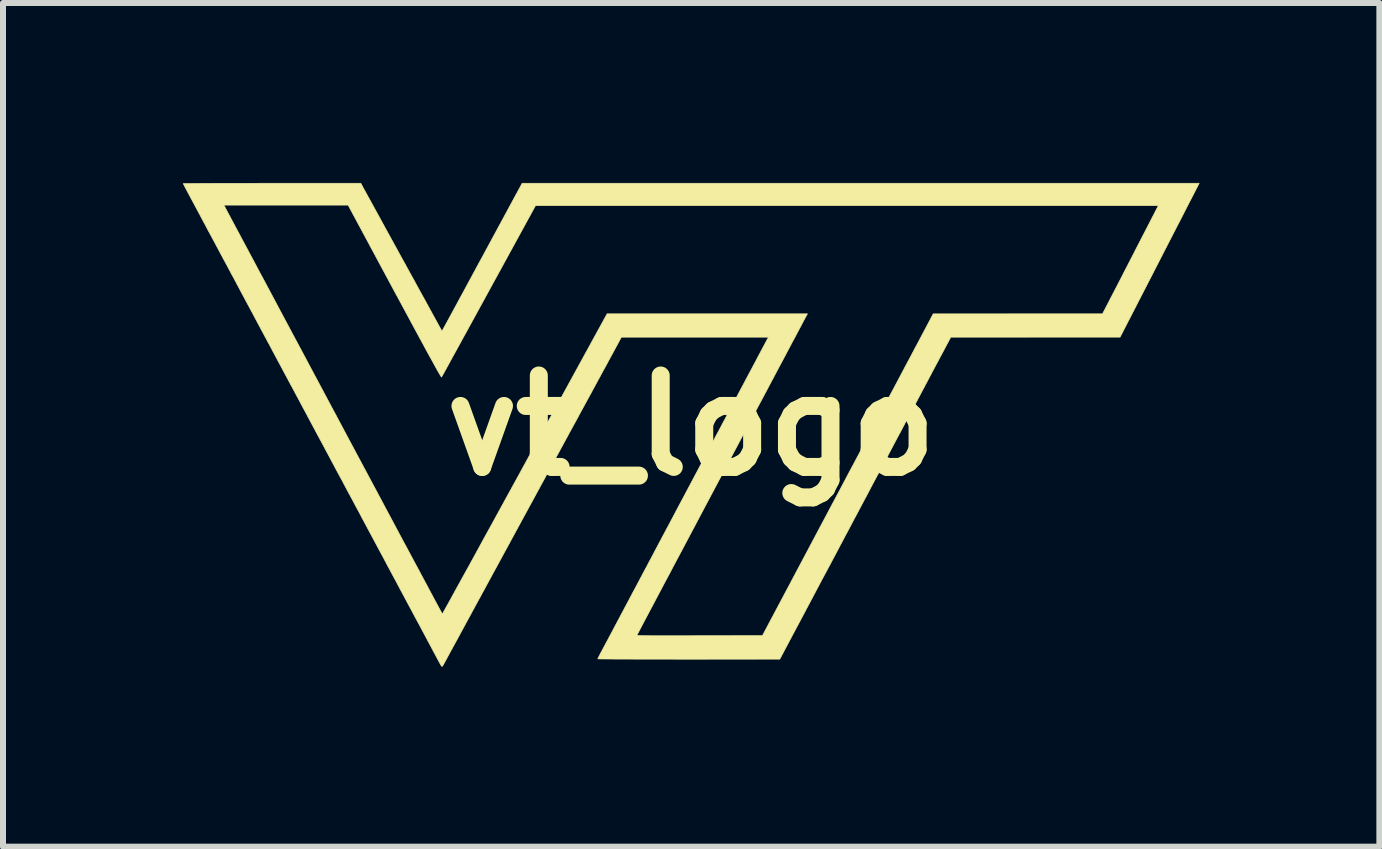
<source format=kicad_pcb>
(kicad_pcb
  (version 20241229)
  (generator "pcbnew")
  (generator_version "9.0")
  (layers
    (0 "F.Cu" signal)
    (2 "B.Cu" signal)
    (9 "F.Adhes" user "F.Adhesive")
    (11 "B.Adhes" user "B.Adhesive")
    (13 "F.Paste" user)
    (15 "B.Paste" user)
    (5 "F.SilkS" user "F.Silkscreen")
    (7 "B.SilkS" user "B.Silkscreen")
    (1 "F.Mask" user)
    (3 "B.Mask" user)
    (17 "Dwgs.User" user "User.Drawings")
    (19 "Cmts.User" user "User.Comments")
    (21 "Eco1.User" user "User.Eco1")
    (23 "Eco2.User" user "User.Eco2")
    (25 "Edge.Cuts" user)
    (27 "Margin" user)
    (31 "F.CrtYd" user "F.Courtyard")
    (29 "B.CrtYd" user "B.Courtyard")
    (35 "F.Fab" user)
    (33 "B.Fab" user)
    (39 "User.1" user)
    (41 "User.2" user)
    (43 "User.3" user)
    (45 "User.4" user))
  (footprint "vt_logo"
    (layer "F.Cu")
    (at 8.472 4.044)
    (property "Reference" "vt_logo" (at 0 0 0) (layer "F.SilkS") (effects (font (size 1.524 1.524) (thickness 0.3))))
    (attr through_hole)
    (fp_poly (pts (xy -4.945 -2.235) (xy -4.846 -2.052) (xy -4.755 -1.883) (xy -4.671 -1.729) (xy -4.595 -1.587) (xy -4.526 -1.46) (xy -4.464 -1.345) (xy -4.408 -1.242) (xy -4.358 -1.152) (xy -4.315 -1.073) (xy -4.278 -1.005) (xy -4.246 -0.948) (xy -4.22 -0.901) (xy -4.198 -0.865) (xy -4.182 -0.837) (xy -4.171 -0.819) (xy -4.164 -0.809) (xy -4.161 -0.808) (xy -4.157 -0.816) (xy -4.144 -0.839) (xy -4.124 -0.875) (xy -4.097 -0.924) (xy -4.064 -0.984) (xy -4.024 -1.056) (xy -3.979 -1.139) (xy -3.928 -1.231) (xy -3.873 -1.332) (xy -3.813 -1.442) (xy -3.749 -1.559) (xy -3.681 -1.683) (xy -3.609 -1.813) (xy -3.535 -1.948) (xy -3.458 -2.089) (xy -3.379 -2.233) (xy -3.374 -2.243) (xy -2.595 -3.666) (xy 7.787 -3.666) (xy 7.402 -2.919) (xy 7.346 -2.81) (xy 7.291 -2.703) (xy 7.237 -2.599) (xy 7.186 -2.499) (xy 7.137 -2.404) (xy 7.092 -2.316) (xy 7.051 -2.236) (xy 7.014 -2.166) (xy 6.984 -2.107) (xy 6.959 -2.059) (xy 6.941 -2.025) (xy 6.937 -2.017) (xy 6.857 -1.863) (xy 4.034 -1.862) (xy 3.749 -1.323) (xy 3.72 -1.269) (xy 3.684 -1.201) (xy 3.641 -1.119) (xy 3.591 -1.025) (xy 3.535 -0.92) (xy 3.473 -0.803) (xy 3.406 -0.676) (xy 3.333 -0.54) (xy 3.257 -0.396) (xy 3.176 -0.244) (xy 3.092 -0.084) (xy 3.004 0.081) (xy 2.913 0.251) (xy 2.821 0.426) (xy 2.726 0.605) (xy 2.629 0.786) (xy 2.532 0.969) (xy 2.434 1.154) (xy 2.336 1.339) (xy 2.325 1.359) (xy 1.188 3.501) (xy 0.14 3.503) (xy -0.015 3.503) (xy -0.154 3.504) (xy -0.278 3.504) (xy -0.387 3.504) (xy -0.483 3.504) (xy -0.567 3.504) (xy -0.638 3.504) (xy -0.699 3.503) (xy -0.75 3.503) (xy -0.792 3.502) (xy -0.825 3.502) (xy -0.851 3.501) (xy -0.871 3.5) (xy -0.885 3.498) (xy -0.894 3.497) (xy -0.9 3.495) (xy -0.902 3.493) (xy -0.902 3.491) (xy -0.902 3.49) (xy -0.898 3.482) (xy -0.886 3.46) (xy -0.867 3.423) (xy -0.841 3.374) (xy -0.808 3.312) (xy -0.77 3.239) (xy -0.725 3.155) (xy -0.675 3.06) (xy -0.619 2.955) (xy -0.559 2.842) (xy -0.495 2.72) (xy -0.426 2.59) (xy -0.353 2.453) (xy -0.277 2.309) (xy -0.198 2.159) (xy -0.116 2.005) (xy -0.031 1.846) (xy 0.055 1.682) (xy 0.143 1.516) (xy 0.233 1.347) (xy 0.324 1.176) (xy 0.415 1.004) (xy 0.507 0.831) (xy 0.599 0.658) (xy 0.69 0.485) (xy 0.781 0.314) (xy 0.871 0.145) (xy 0.959 -0.021) (xy 1.046 -0.184) (xy 1.13 -0.344) (xy 1.212 -0.499) (xy 1.292 -0.648) (xy 1.368 -0.792) (xy 1.441 -0.93) (xy 1.51 -1.06) (xy 1.575 -1.182) (xy 1.636 -1.296) (xy 1.692 -1.401) (xy 1.742 -1.496) (xy 1.787 -1.581) (xy 1.826 -1.655) (xy 1.859 -1.717) (xy 1.886 -1.767) (xy 1.906 -1.804) (xy 1.918 -1.827) (xy 1.923 -1.835) (xy 1.938 -1.863) (xy -1.402 -1.863) (xy -2.773 0.639) (xy -2.878 0.831) (xy -2.981 1.019) (xy -3.082 1.203) (xy -3.18 1.381) (xy -3.275 1.555) (xy -3.366 1.722) (xy -3.455 1.882) (xy -3.539 2.036) (xy -3.619 2.182) (xy -3.695 2.32) (xy -3.766 2.449) (xy -3.832 2.568) (xy -3.892 2.678) (xy -3.947 2.778) (xy -3.996 2.867) (xy -4.038 2.944) (xy -4.075 3.009) (xy -4.104 3.062) (xy -4.126 3.102) (xy -4.141 3.128) (xy -4.148 3.14) (xy -4.148 3.141) (xy -4.152 3.133) (xy -4.164 3.112) (xy -4.184 3.076) (xy -4.211 3.026) (xy -4.244 2.964) (xy -4.284 2.889) (xy -4.331 2.802) (xy -4.384 2.703) (xy -4.443 2.593) (xy -4.508 2.473) (xy -4.577 2.342) (xy -4.653 2.202) (xy -4.733 2.052) (xy -4.817 1.893) (xy -4.907 1.727) (xy -5 1.552) (xy -5.097 1.37) (xy -5.198 1.181) (xy -5.302 0.986) (xy -5.41 0.785) (xy -5.52 0.579) (xy -5.633 0.367) (xy -5.748 0.151) (xy -5.866 -0.069) (xy -5.922 -0.175) (xy -6.041 -0.398) (xy -6.158 -0.617) (xy -6.273 -0.832) (xy -6.386 -1.043) (xy -6.496 -1.249) (xy -6.603 -1.45) (xy -6.707 -1.645) (xy -6.807 -1.833) (xy -6.904 -2.014) (xy -6.997 -2.189) (xy -7.086 -2.355) (xy -7.17 -2.513) (xy -7.25 -2.662) (xy -7.324 -2.802) (xy -7.394 -2.932) (xy -7.458 -3.052) (xy -7.516 -3.16) (xy -7.568 -3.258) (xy -7.614 -3.344) (xy -7.653 -3.417) (xy -7.685 -3.478) (xy -7.711 -3.526) (xy -7.729 -3.559) (xy -7.739 -3.579) (xy -7.741 -3.583) (xy -7.79 -3.675) (xy -5.719 -3.675) (xy -4.945 -2.235)) (stroke (width 0.01) (type solid)) (fill yes) (layer "F.Mask"))
    (fp_poly (pts (xy -5.474 -3.977) (xy -5.458 -3.946) (xy -5.435 -3.906) (xy -5.41 -3.86) (xy -5.385 -3.814) (xy -5.38 -3.806) (xy -5.365 -3.779) (xy -5.343 -3.738) (xy -5.315 -3.687) (xy -5.281 -3.625) (xy -5.242 -3.555) (xy -5.2 -3.478) (xy -5.155 -3.396) (xy -5.109 -3.311) (xy -5.061 -3.224) (xy -5.055 -3.213) (xy -5.007 -3.126) (xy -4.96 -3.04) (xy -4.914 -2.957) (xy -4.871 -2.878) (xy -4.832 -2.806) (xy -4.796 -2.742) (xy -4.766 -2.688) (xy -4.743 -2.645) (xy -4.726 -2.614) (xy -4.725 -2.612) (xy -4.709 -2.583) (xy -4.686 -2.541) (xy -4.656 -2.487) (xy -4.621 -2.424) (xy -4.582 -2.352) (xy -4.54 -2.275) (xy -4.495 -2.193) (xy -4.448 -2.109) (xy -4.407 -2.034) (xy -4.155 -1.574) (xy -4.106 -1.661) (xy -4.095 -1.682) (xy -4.076 -1.717) (xy -4.05 -1.764) (xy -4.019 -1.821) (xy -3.982 -1.889) (xy -3.941 -1.965) (xy -3.896 -2.048) (xy -3.848 -2.137) (xy -3.797 -2.23) (xy -3.745 -2.326) (xy -3.721 -2.371) (xy -3.647 -2.507) (xy -3.572 -2.647) (xy -3.495 -2.788) (xy -3.419 -2.928) (xy -3.344 -3.067) (xy -3.271 -3.202) (xy -3.201 -3.332) (xy -3.133 -3.457) (xy -3.07 -3.573) (xy -3.012 -3.681) (xy -2.96 -3.777) (xy -2.914 -3.862) (xy -2.882 -3.92) (xy -2.818 -4.039) (xy 8.468 -4.039) (xy 8.33 -3.769) (xy 8.308 -3.728) (xy 8.28 -3.673) (xy 8.245 -3.605) (xy 8.205 -3.526) (xy 8.159 -3.436) (xy 8.108 -3.338) (xy 8.053 -3.231) (xy 7.995 -3.118) (xy 7.934 -3) (xy 7.871 -2.877) (xy 7.807 -2.752) (xy 7.741 -2.624) (xy 7.676 -2.496) (xy 7.671 -2.487) (xy 7.15 -1.474) (xy 4.327 -1.473) (xy 4.279 -1.382) (xy 4.256 -1.339) (xy 4.229 -1.288) (xy 4.2 -1.233) (xy 4.173 -1.183) (xy 4.17 -1.177) (xy 4.145 -1.131) (xy 4.12 -1.083) (xy 4.097 -1.04) (xy 4.078 -1.006) (xy 4.075 -0.999) (xy 4.064 -0.979) (xy 4.046 -0.945) (xy 4.022 -0.9) (xy 3.994 -0.846) (xy 3.961 -0.783) (xy 3.924 -0.715) (xy 3.886 -0.642) (xy 3.848 -0.572) (xy 3.809 -0.497) (xy 3.772 -0.427) (xy 3.737 -0.361) (xy 3.705 -0.302) (xy 3.678 -0.251) (xy 3.657 -0.21) (xy 3.641 -0.181) (xy 3.632 -0.165) (xy 3.619 -0.141) (xy 3.601 -0.107) (xy 3.58 -0.066) (xy 3.557 -0.024) (xy 3.556 -0.021) (xy 3.534 0.021) (xy 3.512 0.062) (xy 3.494 0.097) (xy 3.48 0.122) (xy 3.48 0.123) (xy 3.47 0.14) (xy 3.454 0.17) (xy 3.432 0.211) (xy 3.406 0.261) (xy 3.375 0.319) (xy 3.342 0.382) (xy 3.307 0.448) (xy 3.302 0.457) (xy 3.267 0.524) (xy 3.233 0.587) (xy 3.202 0.646) (xy 3.175 0.697) (xy 3.152 0.74) (xy 3.135 0.771) (xy 3.125 0.79) (xy 3.124 0.792) (xy 3.111 0.817) (xy 3.092 0.852) (xy 3.071 0.892) (xy 3.054 0.923) (xy 3.034 0.961) (xy 3.007 1.012) (xy 2.975 1.073) (xy 2.938 1.144) (xy 2.897 1.22) (xy 2.854 1.301) (xy 2.81 1.384) (xy 2.766 1.468) (xy 2.722 1.549) (xy 2.722 1.549) (xy 2.702 1.587) (xy 2.676 1.637) (xy 2.644 1.697) (xy 2.608 1.765) (xy 2.568 1.839) (xy 2.528 1.916) (xy 2.486 1.994) (xy 2.462 2.04) (xy 2.423 2.114) (xy 2.386 2.184) (xy 2.351 2.249) (xy 2.32 2.308) (xy 2.293 2.359) (xy 2.271 2.4) (xy 2.255 2.429) (xy 2.248 2.443) (xy 2.24 2.457) (xy 2.232 2.472) (xy 2.223 2.489) (xy 2.213 2.508) (xy 2.2 2.532) (xy 2.184 2.561) (xy 2.165 2.597) (xy 2.142 2.641) (xy 2.114 2.694) (xy 2.08 2.758) (xy 2.04 2.833) (xy 1.994 2.921) (xy 1.96 2.985) (xy 1.921 3.058) (xy 1.883 3.13) (xy 1.847 3.198) (xy 1.814 3.26) (xy 1.785 3.315) (xy 1.761 3.359) (xy 1.744 3.392) (xy 1.735 3.408) (xy 1.714 3.448) (xy 1.688 3.496) (xy 1.662 3.546) (xy 1.645 3.577) (xy 1.622 3.621) (xy 1.594 3.674) (xy 1.565 3.729) (xy 1.538 3.78) (xy 1.537 3.782) (xy 1.477 3.894) (xy -0.04 3.895) (xy -0.199 3.895) (xy -0.354 3.894) (xy -0.502 3.894) (xy -0.645 3.894) (xy -0.78 3.894) (xy -0.908 3.894) (xy -1.026 3.893) (xy -1.135 3.893) (xy -1.234 3.893) (xy -1.321 3.892) (xy -1.395 3.892) (xy -1.457 3.891) (xy -1.505 3.891) (xy -1.538 3.89) (xy -1.555 3.889) (xy -1.558 3.889) (xy -1.554 3.88) (xy -1.543 3.859) (xy -1.527 3.827) (xy -1.507 3.788) (xy -1.483 3.744) (xy -1.481 3.739) (xy -1.452 3.686) (xy -1.428 3.64) (xy -1.405 3.597) (xy -1.383 3.557) (xy -1.362 3.516) (xy -1.338 3.472) (xy -1.312 3.423) (xy -1.283 3.367) (xy -1.248 3.302) (xy -1.207 3.225) (xy -1.185 3.183) (xy -1.107 3.036) (xy -1.035 2.901) (xy -0.971 2.779) (xy -0.911 2.668) (xy -0.859 2.57) (xy -0.847 2.546) (xy -0.827 2.51) (xy -0.803 2.463) (xy -0.774 2.409) (xy -0.741 2.348) (xy -0.707 2.283) (xy -0.677 2.227) (xy -0.642 2.161) (xy -0.608 2.096) (xy -0.576 2.036) (xy -0.548 1.982) (xy -0.524 1.937) (xy -0.505 1.903) (xy -0.495 1.884) (xy -0.483 1.86) (xy -0.464 1.824) (xy -0.439 1.778) (xy -0.41 1.723) (xy -0.377 1.662) (xy -0.343 1.597) (xy -0.313 1.541) (xy -0.276 1.471) (xy -0.238 1.399) (xy -0.201 1.329) (xy -0.166 1.263) (xy -0.134 1.204) (xy -0.108 1.155) (xy -0.095 1.13) (xy -0.038 1.023) (xy 0.018 0.917) (xy 0.073 0.813) (xy 0.126 0.714) (xy 0.176 0.619) (xy 0.223 0.532) (xy 0.265 0.452) (xy 0.302 0.382) (xy 0.334 0.322) (xy 0.359 0.275) (xy 0.377 0.241) (xy 0.379 0.237) (xy 0.4 0.197) (xy 0.421 0.158) (xy 0.439 0.124) (xy 0.449 0.106) (xy 0.463 0.08) (xy 0.482 0.044) (xy 0.503 0.005) (xy 0.514 -0.017) (xy 0.535 -0.057) (xy 0.562 -0.106) (xy 0.592 -0.164) (xy 0.626 -0.228) (xy 0.662 -0.295) (xy 0.698 -0.364) (xy 0.735 -0.433) (xy 0.77 -0.499) (xy 0.802 -0.56) (xy 0.831 -0.615) (xy 0.856 -0.661) (xy 0.874 -0.695) (xy 0.885 -0.715) (xy 0.897 -0.739) (xy 0.916 -0.775) (xy 0.941 -0.822) (xy 0.97 -0.876) (xy 1.003 -0.937) (xy 1.037 -1.002) (xy 1.067 -1.058) (xy 1.102 -1.125) (xy 1.136 -1.189) (xy 1.168 -1.249) (xy 1.197 -1.304) (xy 1.221 -1.349) (xy 1.24 -1.384) (xy 1.25 -1.403) (xy 1.288 -1.473) (xy 0.062 -1.473) (xy -1.164 -1.473) (xy -1.231 -1.348) (xy -1.256 -1.303) (xy -1.286 -1.246) (xy -1.32 -1.184) (xy -1.355 -1.12) (xy -1.388 -1.058) (xy -1.397 -1.041) (xy -1.431 -0.979) (xy -1.471 -0.907) (xy -1.512 -0.83) (xy -1.554 -0.754) (xy -1.592 -0.683) (xy -1.605 -0.66) (xy -1.635 -0.605) (xy -1.663 -0.552) (xy -1.689 -0.504) (xy -1.711 -0.464) (xy -1.727 -0.435) (xy -1.736 -0.419) (xy -1.746 -0.4) (xy -1.763 -0.369) (xy -1.785 -0.328) (xy -1.812 -0.279) (xy -1.841 -0.226) (xy -1.867 -0.178) (xy -1.915 -0.088) (xy -1.963 -0.001) (xy -2.009 0.083) (xy -2.052 0.162) (xy -2.092 0.236) (xy -2.127 0.301) (xy -2.158 0.357) (xy -2.182 0.402) (xy -2.2 0.436) (xy -2.21 0.453) (xy -2.22 0.472) (xy -2.237 0.503) (xy -2.26 0.544) (xy -2.286 0.593) (xy -2.315 0.646) (xy -2.34 0.692) (xy -2.377 0.76) (xy -2.419 0.838) (xy -2.463 0.919) (xy -2.506 0.997) (xy -2.544 1.069) (xy -2.554 1.086) (xy -2.584 1.141) (xy -2.612 1.194) (xy -2.638 1.241) (xy -2.66 1.281) (xy -2.676 1.31) (xy -2.684 1.325) (xy -2.694 1.344) (xy -2.711 1.375) (xy -2.734 1.417) (xy -2.76 1.465) (xy -2.789 1.518) (xy -2.813 1.562) (xy -2.874 1.674) (xy -2.927 1.772) (xy -2.973 1.857) (xy -3.013 1.93) (xy -3.046 1.992) (xy -3.074 2.043) (xy -3.098 2.086) (xy -3.117 2.121) (xy -3.131 2.148) (xy -3.143 2.169) (xy -3.152 2.185) (xy -3.158 2.197) (xy -3.168 2.216) (xy -3.186 2.248) (xy -3.208 2.289) (xy -3.234 2.337) (xy -3.263 2.39) (xy -3.287 2.434) (xy -3.348 2.546) (xy -3.401 2.644) (xy -3.447 2.729) (xy -3.487 2.802) (xy -3.52 2.864) (xy -3.549 2.915) (xy -3.572 2.958) (xy -3.591 2.993) (xy -3.606 3.02) (xy -3.617 3.042) (xy -3.626 3.058) (xy -3.632 3.069) (xy -3.643 3.088) (xy -3.66 3.12) (xy -3.682 3.161) (xy -3.708 3.209) (xy -3.737 3.262) (xy -3.762 3.308) (xy -3.799 3.376) (xy -3.841 3.454) (xy -3.885 3.535) (xy -3.928 3.614) (xy -3.967 3.685) (xy -3.976 3.702) (xy -4.007 3.758) (xy -4.036 3.812) (xy -4.063 3.862) (xy -4.086 3.905) (xy -4.104 3.937) (xy -4.113 3.954) (xy -4.131 3.987) (xy -4.143 4.007) (xy -4.152 4.015) (xy -4.159 4.013) (xy -4.168 4.002) (xy -4.172 3.995) (xy -4.182 3.977) (xy -4.196 3.952) (xy -4.214 3.918) (xy -4.238 3.874) (xy -4.268 3.817) (xy -4.295 3.768) (xy -4.309 3.74) (xy -4.331 3.699) (xy -4.36 3.645) (xy -4.395 3.58) (xy -4.435 3.504) (xy -4.48 3.42) (xy -4.529 3.328) (xy -4.582 3.23) (xy -4.623 3.154) (xy -4.635 3.132) (xy -4.653 3.097) (xy -4.677 3.052) (xy -4.706 2.999) (xy -4.737 2.941) (xy -4.77 2.879) (xy -4.784 2.853) (xy -4.817 2.791) (xy -4.849 2.732) (xy -4.878 2.676) (xy -4.904 2.628) (xy -4.925 2.588) (xy -4.94 2.56) (xy -4.945 2.553) (xy -4.957 2.53) (xy -4.975 2.496) (xy -4.999 2.451) (xy -5.027 2.398) (xy -5.059 2.34) (xy -5.091 2.278) (xy -5.105 2.252) (xy -5.138 2.19) (xy -5.17 2.131) (xy -5.2 2.075) (xy -5.226 2.027) (xy -5.247 1.987) (xy -5.262 1.959) (xy -5.266 1.952) (xy -5.278 1.93) (xy -5.296 1.896) (xy -5.32 1.851) (xy -5.349 1.797) (xy -5.382 1.736) (xy -5.417 1.67) (xy -5.454 1.601) (xy -5.492 1.53) (xy -5.528 1.461) (xy -5.564 1.395) (xy -5.595 1.338) (xy -5.615 1.3) (xy -5.639 1.254) (xy -5.665 1.206) (xy -5.685 1.168) (xy -5.711 1.121) (xy -5.739 1.069) (xy -5.765 1.019) (xy -5.783 0.986) (xy -5.803 0.947) (xy -5.824 0.908) (xy -5.842 0.875) (xy -5.851 0.859) (xy -5.861 0.84) (xy -5.878 0.808) (xy -5.901 0.766) (xy -5.929 0.715) (xy -5.959 0.657) (xy -5.992 0.596) (xy -6.026 0.532) (xy -6.06 0.468) (xy -6.093 0.407) (xy -6.111 0.373) (xy -6.131 0.335) (xy -6.151 0.298) (xy -6.168 0.267) (xy -6.172 0.258) (xy -6.183 0.239) (xy -6.2 0.207) (xy -6.222 0.166) (xy -6.248 0.118) (xy -6.276 0.065) (xy -6.295 0.03) (xy -6.325 -0.026) (xy -6.353 -0.079) (xy -6.38 -0.129) (xy -6.402 -0.171) (xy -6.419 -0.203) (xy -6.426 -0.216) (xy -6.438 -0.238) (xy -6.457 -0.273) (xy -6.481 -0.318) (xy -6.509 -0.371) (xy -6.54 -0.429) (xy -6.573 -0.49) (xy -6.587 -0.516) (xy -6.62 -0.578) (xy -6.652 -0.638) (xy -6.682 -0.693) (xy -6.708 -0.742) (xy -6.729 -0.781) (xy -6.744 -0.809) (xy -6.748 -0.817) (xy -6.76 -0.839) (xy -6.779 -0.874) (xy -6.803 -0.919) (xy -6.831 -0.972) (xy -6.862 -1.03) (xy -6.895 -1.091) (xy -6.909 -1.118) (xy -6.942 -1.179) (xy -6.974 -1.239) (xy -7.003 -1.295) (xy -7.029 -1.343) (xy -7.051 -1.383) (xy -7.066 -1.41) (xy -7.07 -1.418) (xy -7.081 -1.44) (xy -7.1 -1.474) (xy -7.124 -1.519) (xy -7.152 -1.572) (xy -7.184 -1.631) (xy -7.218 -1.695) (xy -7.253 -1.76) (xy -7.287 -1.825) (xy -7.32 -1.887) (xy -7.351 -1.944) (xy -7.378 -1.995) (xy -7.398 -2.032) (xy -7.418 -2.069) (xy -7.443 -2.115) (xy -7.469 -2.164) (xy -7.489 -2.201) (xy -7.515 -2.25) (xy -7.544 -2.305) (xy -7.573 -2.358) (xy -7.59 -2.392) (xy -7.611 -2.43) (xy -7.629 -2.466) (xy -7.645 -2.494) (xy -7.654 -2.51) (xy -7.664 -2.528) (xy -7.679 -2.557) (xy -7.698 -2.592) (xy -7.713 -2.62) (xy -7.736 -2.664) (xy -7.763 -2.715) (xy -7.791 -2.766) (xy -7.811 -2.802) (xy -7.836 -2.85) (xy -7.864 -2.902) (xy -7.89 -2.952) (xy -7.908 -2.984) (xy -7.929 -3.024) (xy -7.949 -3.063) (xy -7.967 -3.095) (xy -7.976 -3.111) (xy -7.986 -3.131) (xy -8.003 -3.163) (xy -8.026 -3.204) (xy -8.052 -3.252) (xy -8.08 -3.305) (xy -8.098 -3.34) (xy -8.128 -3.395) (xy -8.157 -3.449) (xy -8.183 -3.499) (xy -8.206 -3.541) (xy -8.223 -3.573) (xy -8.23 -3.586) (xy -8.277 -3.675) (xy -7.79 -3.675) (xy -7.741 -3.583) (xy -7.734 -3.569) (xy -7.719 -3.541) (xy -7.696 -3.499) (xy -7.667 -3.444) (xy -7.63 -3.375) (xy -7.587 -3.294) (xy -7.537 -3.201) (xy -7.482 -3.097) (xy -7.42 -2.982) (xy -7.353 -2.856) (xy -7.28 -2.72) (xy -7.203 -2.574) (xy -7.12 -2.42) (xy -7.033 -2.257) (xy -6.942 -2.086) (xy -6.847 -1.907) (xy -6.748 -1.722) (xy -6.645 -1.529) (xy -6.539 -1.331) (xy -6.43 -1.127) (xy -6.319 -0.918) (xy -6.205 -0.705) (xy -6.089 -0.487) (xy -5.971 -0.266) (xy -5.922 -0.175) (xy -5.804 0.047) (xy -5.688 0.265) (xy -5.574 0.478) (xy -5.462 0.687) (xy -5.353 0.891) (xy -5.247 1.089) (xy -5.145 1.281) (xy -5.046 1.466) (xy -4.951 1.644) (xy -4.86 1.815) (xy -4.773 1.977) (xy -4.69 2.131) (xy -4.613 2.276) (xy -4.54 2.411) (xy -4.473 2.537) (xy -4.411 2.652) (xy -4.356 2.756) (xy -4.306 2.849) (xy -4.263 2.93) (xy -4.226 2.998) (xy -4.196 3.054) (xy -4.173 3.096) (xy -4.157 3.125) (xy -4.149 3.139) (xy -4.148 3.141) (xy -4.144 3.133) (xy -4.132 3.112) (xy -4.112 3.076) (xy -4.085 3.028) (xy -4.051 2.967) (xy -4.01 2.893) (xy -3.964 2.808) (xy -3.911 2.712) (xy -3.852 2.605) (xy -3.788 2.489) (xy -3.718 2.363) (xy -3.644 2.228) (xy -3.565 2.084) (xy -3.483 1.933) (xy -3.396 1.775) (xy -3.305 1.61) (xy -3.211 1.438) (xy -3.114 1.261) (xy -3.014 1.079) (xy -2.912 0.893) (xy -2.807 0.702) (xy -2.773 0.639) (xy -1.402 -1.863) (xy 1.938 -1.863) (xy 1.923 -1.835) (xy 1.917 -1.824) (xy 1.903 -1.799) (xy 1.882 -1.76) (xy 1.855 -1.708) (xy 1.821 -1.644) (xy 1.781 -1.569) (xy 1.735 -1.482) (xy 1.683 -1.386) (xy 1.627 -1.279) (xy 1.566 -1.164) (xy 1.5 -1.04) (xy 1.43 -0.909) (xy 1.357 -0.771) (xy 1.28 -0.626) (xy 1.2 -0.475) (xy 1.117 -0.32) (xy 1.032 -0.16) (xy 0.945 0.004) (xy 0.857 0.171) (xy 0.767 0.341) (xy 0.676 0.512) (xy 0.585 0.684) (xy 0.493 0.857) (xy 0.401 1.03) (xy 0.31 1.202) (xy 0.219 1.373) (xy 0.13 1.542) (xy 0.042 1.708) (xy -0.044 1.87) (xy -0.128 2.029) (xy -0.21 2.183) (xy -0.289 2.331) (xy -0.364 2.474) (xy -0.437 2.61) (xy -0.505 2.739) (xy -0.569 2.86) (xy -0.628 2.972) (xy -0.683 3.075) (xy -0.732 3.168) (xy -0.776 3.251) (xy -0.814 3.323) (xy -0.845 3.382) (xy -0.87 3.43) (xy -0.888 3.464) (xy -0.899 3.484) (xy -0.902 3.49) (xy -0.902 3.493) (xy -0.901 3.495) (xy -0.896 3.496) (xy -0.888 3.498) (xy -0.876 3.499) (xy -0.858 3.5) (xy -0.833 3.501) (xy -0.802 3.502) (xy -0.763 3.503) (xy -0.715 3.503) (xy -0.657 3.504) (xy -0.588 3.504) (xy -0.509 3.504) (xy -0.416 3.504) (xy -0.311 3.504) (xy -0.191 3.504) (xy -0.057 3.504) (xy 0.093 3.503) (xy 0.14 3.503) (xy 1.188 3.501) (xy 2.325 1.359) (xy 2.424 1.174) (xy 2.522 0.989) (xy 2.619 0.805) (xy 2.716 0.624) (xy 2.811 0.445) (xy 2.904 0.27) (xy 2.994 0.099) (xy 3.082 -0.067) (xy 3.167 -0.227) (xy 3.248 -0.38) (xy 3.325 -0.525) (xy 3.398 -0.662) (xy 3.466 -0.79) (xy 3.528 -0.908) (xy 3.585 -1.015) (xy 3.636 -1.11) (xy 3.68 -1.193) (xy 3.716 -1.262) (xy 3.746 -1.318) (xy 3.749 -1.323) (xy 4.034 -1.862) (xy 6.857 -1.863) (xy 6.937 -2.017) (xy 6.953 -2.047) (xy 6.975 -2.091) (xy 7.004 -2.147) (xy 7.039 -2.214) (xy 7.079 -2.291) (xy 7.123 -2.376) (xy 7.171 -2.469) (xy 7.221 -2.568) (xy 7.275 -2.671) (xy 7.329 -2.777) (xy 7.385 -2.885) (xy 7.402 -2.919) (xy 7.787 -3.666) (xy -2.595 -3.666) (xy -3.374 -2.243) (xy -3.453 -2.098) (xy -3.53 -1.958) (xy -3.604 -1.822) (xy -3.676 -1.691) (xy -3.744 -1.567) (xy -3.809 -1.449) (xy -3.869 -1.339) (xy -3.925 -1.237) (xy -3.976 -1.145) (xy -4.021 -1.062) (xy -4.061 -0.989) (xy -4.095 -0.927) (xy -4.122 -0.878) (xy -4.143 -0.841) (xy -4.156 -0.817) (xy -4.161 -0.808) (xy -4.161 -0.808) (xy -4.165 -0.81) (xy -4.172 -0.821) (xy -4.184 -0.84) (xy -4.201 -0.869) (xy -4.223 -0.907) (xy -4.25 -0.955) (xy -4.282 -1.013) (xy -4.32 -1.083) (xy -4.365 -1.163) (xy -4.415 -1.255) (xy -4.471 -1.359) (xy -4.535 -1.476) (xy -4.605 -1.605) (xy -4.682 -1.748) (xy -4.766 -1.904) (xy -4.858 -2.075) (xy -4.945 -2.235) (xy -5.719 -3.675) (xy -7.79 -3.675) (xy -8.277 -3.675) (xy -8.282 -3.684) (xy -8.328 -3.769) (xy -8.366 -3.84) (xy -8.397 -3.898) (xy -8.422 -3.945) (xy -8.441 -3.981) (xy -8.454 -4.007) (xy -8.463 -4.024) (xy -8.466 -4.032) (xy -8.467 -4.033) (xy -8.458 -4.034) (xy -8.434 -4.034) (xy -8.394 -4.035) (xy -8.34 -4.035) (xy -8.273 -4.036) (xy -8.193 -4.036) (xy -8.101 -4.037) (xy -7.998 -4.037) (xy -7.885 -4.038) (xy -7.763 -4.038) (xy -7.632 -4.038) (xy -7.494 -4.038) (xy -7.35 -4.038) (xy -7.199 -4.039) (xy -7.044 -4.039) (xy -6.987 -4.039) (xy -5.507 -4.039) (xy -5.474 -3.977)) (stroke (width 0.01) (type solid)) (fill yes) (layer "F.SilkS")))
  (gr_rect
    (start -3 -3)
    (end 19.944 11.064)
    (stroke (width 0.1) (type default))
    (fill no)
    (layer "Edge.Cuts")))
</source>
